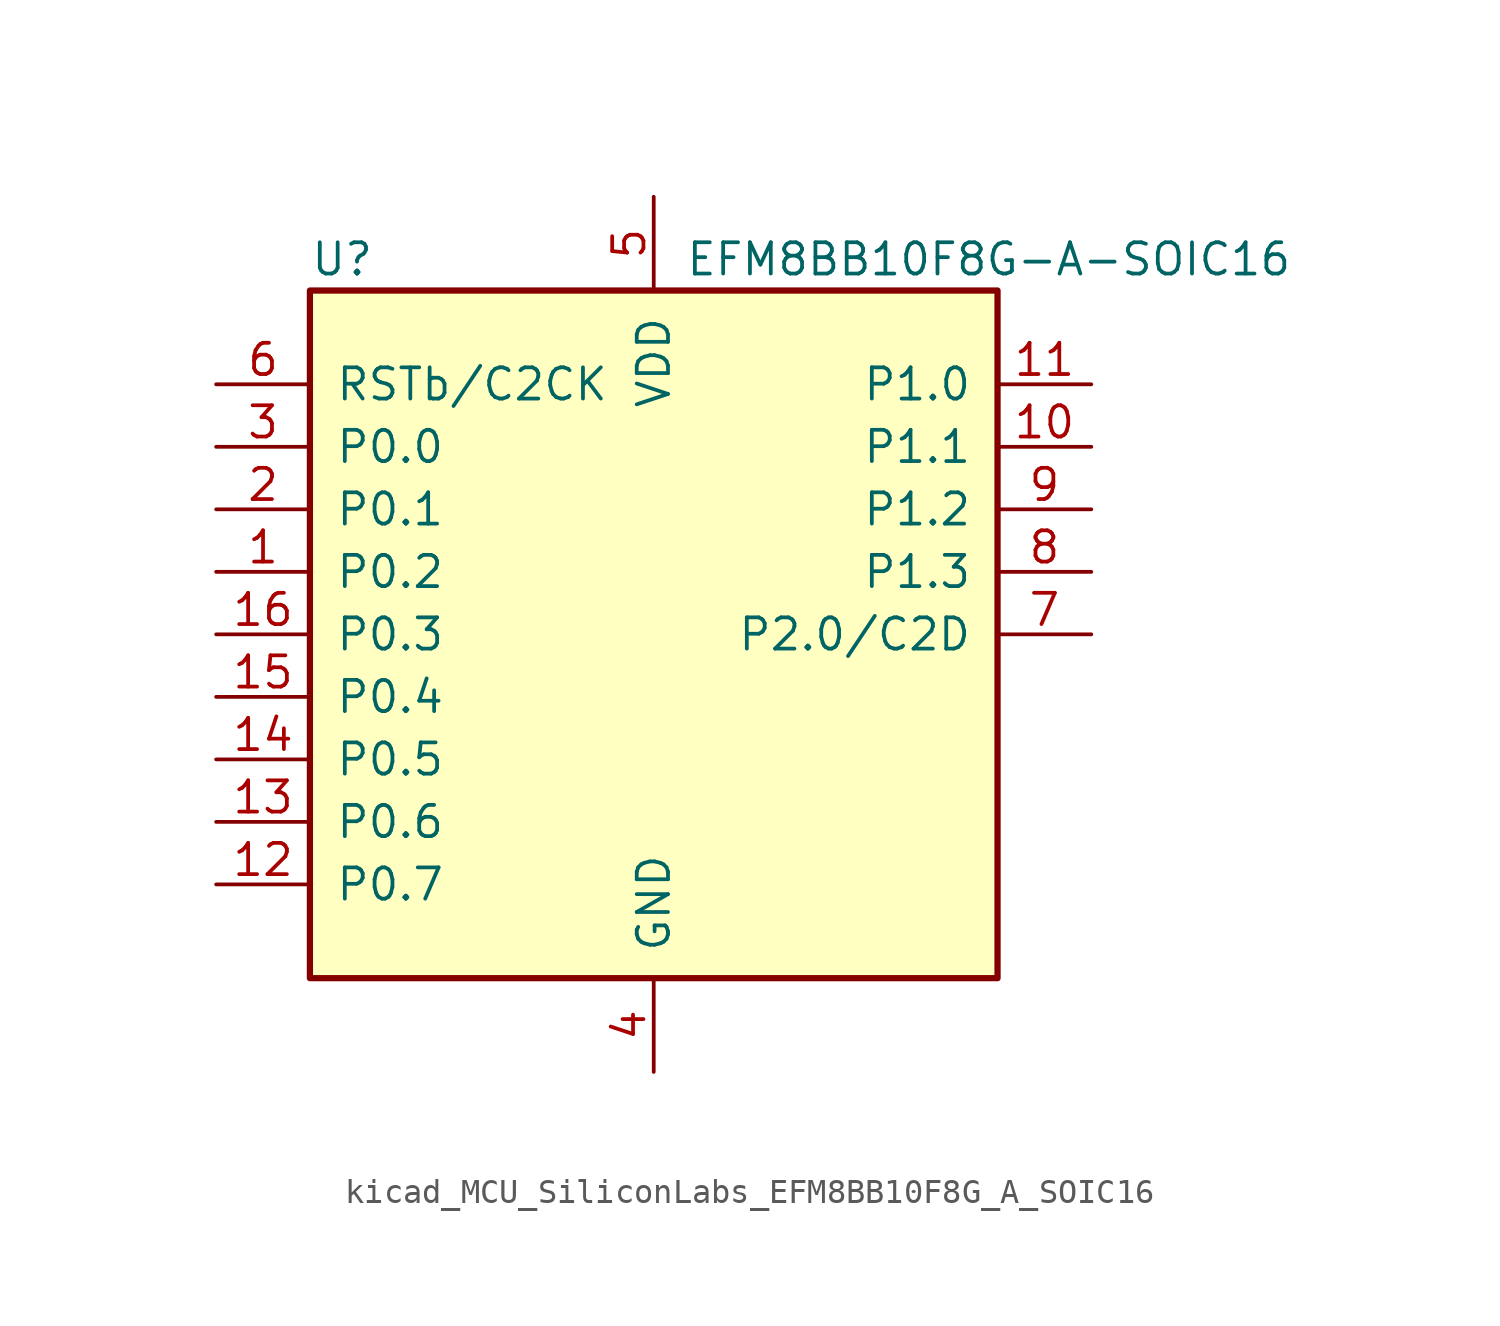
<source format=kicad_sym>
(kicad_symbol_lib
  (version 20220914)
  (generator kicad_symbol_editor)
  (symbol "kicad_MCU_SiliconLabs_EFM8BB10F8G_A_SOIC16"
    (pin_names
      (offset 1.016))
    (property "Reference" "U"
      (at -13.97 15.24 0)
      (effects (font (size 1.27 1.27)) (justify left)))
    (property "Value" "EFM8BB10F8G-A-SOIC16"
      (at 1.27 15.24 0)
      (effects (font (size 1.27 1.27)) (justify left)))
    (symbol "kicad_MCU_SiliconLabs_EFM8BB10F8G_A_SOIC16_0_1"
      (rectangle (start -13.97 13.97) (end 13.97 -13.97) (stroke (width 0.254) (type default)) (fill (type background)))
      (pin bidirectional line (at -17.78 2.54 0) (length 3.81) (name "P0.2" (effects (font (size 1.27 1.27)))) (number "1" (effects (font (size 1.27 1.27)))))
      (pin bidirectional line (at 17.78 7.62 180) (length 3.81) (name "P1.1" (effects (font (size 1.27 1.27)))) (number "10" (effects (font (size 1.27 1.27)))))
      (pin bidirectional line (at 17.78 10.16 180) (length 3.81) (name "P1.0" (effects (font (size 1.27 1.27)))) (number "11" (effects (font (size 1.27 1.27)))))
      (pin bidirectional line (at -17.78 -10.16 0) (length 3.81) (name "P0.7" (effects (font (size 1.27 1.27)))) (number "12" (effects (font (size 1.27 1.27)))))
      (pin bidirectional line (at -17.78 -7.62 0) (length 3.81) (name "P0.6" (effects (font (size 1.27 1.27)))) (number "13" (effects (font (size 1.27 1.27)))))
      (pin bidirectional line (at -17.78 -5.08 0) (length 3.81) (name "P0.5" (effects (font (size 1.27 1.27)))) (number "14" (effects (font (size 1.27 1.27)))))
      (pin bidirectional line (at -17.78 -2.54 0) (length 3.81) (name "P0.4" (effects (font (size 1.27 1.27)))) (number "15" (effects (font (size 1.27 1.27)))))
      (pin bidirectional line (at -17.78 0 0) (length 3.81) (name "P0.3" (effects (font (size 1.27 1.27)))) (number "16" (effects (font (size 1.27 1.27)))))
      (pin bidirectional line (at -17.78 5.08 0) (length 3.81) (name "P0.1" (effects (font (size 1.27 1.27)))) (number "2" (effects (font (size 1.27 1.27)))))
      (pin bidirectional line (at -17.78 7.62 0) (length 3.81) (name "P0.0" (effects (font (size 1.27 1.27)))) (number "3" (effects (font (size 1.27 1.27)))))
      (pin power_in line (at 0 -17.78 90) (length 3.81) (name "GND" (effects (font (size 1.27 1.27)))) (number "4" (effects (font (size 1.27 1.27)))))
      (pin power_in line (at 0 17.78 270) (length 3.81) (name "VDD" (effects (font (size 1.27 1.27)))) (number "5" (effects (font (size 1.27 1.27)))))
      (pin input line (at -17.78 10.16 0) (length 3.81) (name "RSTb/C2CK" (effects (font (size 1.27 1.27)))) (number "6" (effects (font (size 1.27 1.27)))))
      (pin bidirectional line (at 17.78 0 180) (length 3.81) (name "P2.0/C2D" (effects (font (size 1.27 1.27)))) (number "7" (effects (font (size 1.27 1.27)))))
      (pin bidirectional line (at 17.78 2.54 180) (length 3.81) (name "P1.3" (effects (font (size 1.27 1.27)))) (number "8" (effects (font (size 1.27 1.27)))))
      (pin bidirectional line (at 17.78 5.08 180) (length 3.81) (name "P1.2" (effects (font (size 1.27 1.27)))) (number "9" (effects (font (size 1.27 1.27))))))))
</source>
